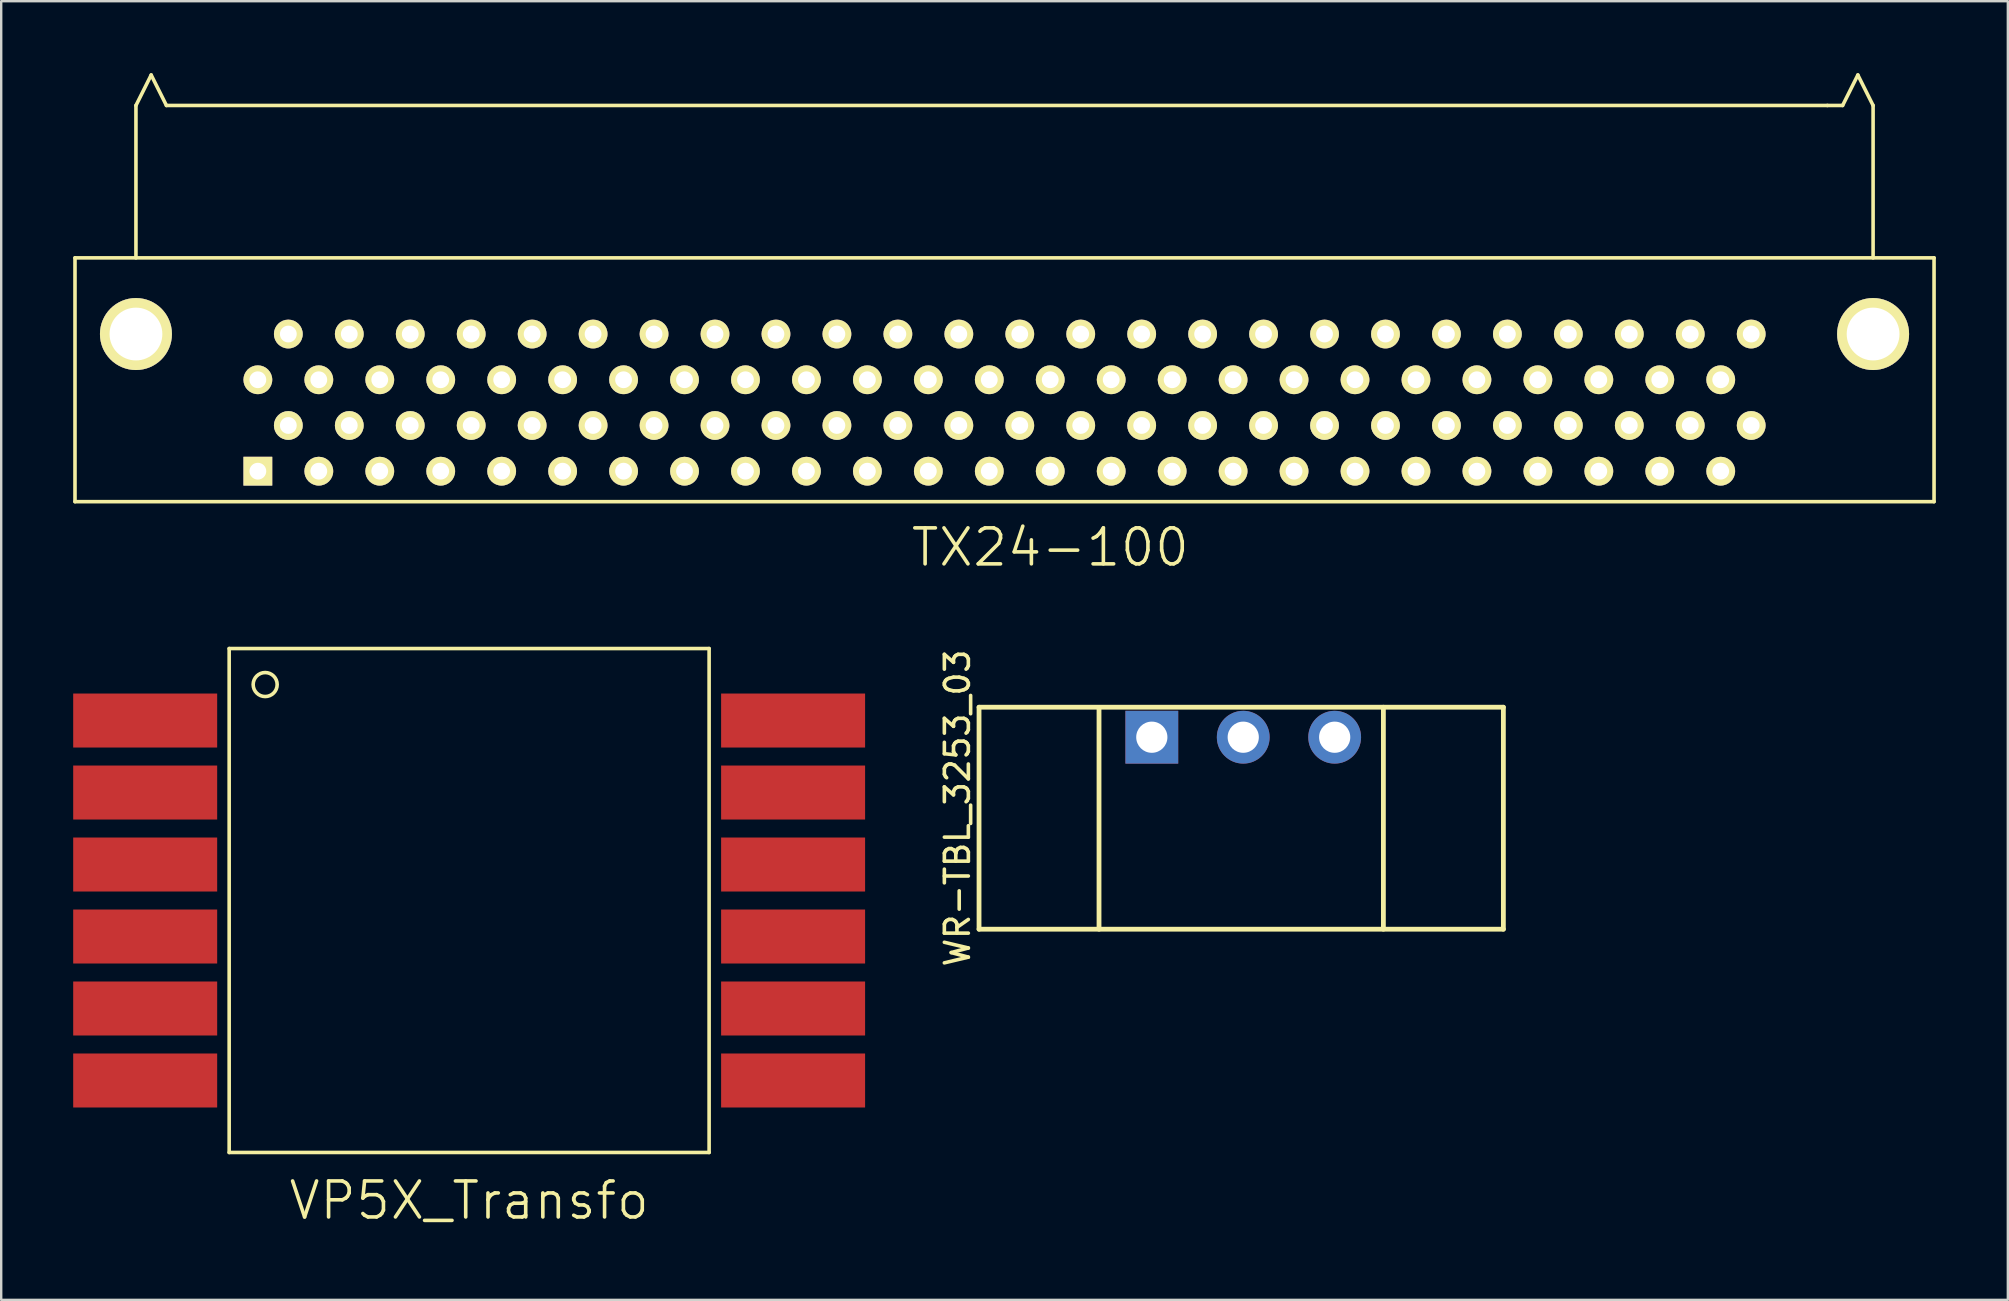
<source format=kicad_pcb>
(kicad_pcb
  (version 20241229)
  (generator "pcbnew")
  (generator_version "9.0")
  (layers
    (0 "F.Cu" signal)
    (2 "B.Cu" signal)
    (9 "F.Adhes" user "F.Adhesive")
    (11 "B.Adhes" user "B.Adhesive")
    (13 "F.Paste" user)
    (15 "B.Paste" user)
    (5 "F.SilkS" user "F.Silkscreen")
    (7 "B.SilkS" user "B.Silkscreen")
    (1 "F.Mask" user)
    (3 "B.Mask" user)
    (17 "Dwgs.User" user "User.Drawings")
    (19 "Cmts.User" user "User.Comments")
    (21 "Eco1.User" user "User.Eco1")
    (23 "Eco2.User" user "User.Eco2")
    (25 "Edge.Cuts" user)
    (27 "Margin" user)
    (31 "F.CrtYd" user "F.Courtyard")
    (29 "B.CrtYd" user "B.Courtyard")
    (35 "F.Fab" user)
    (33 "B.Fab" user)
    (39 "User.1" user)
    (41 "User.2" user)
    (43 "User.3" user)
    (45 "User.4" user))
  (footprint "TX24-100"
    (layer "F.Cu")
    (at 38.175 13.41)
    (property "Reference" "TX24-100" (at 2.54 6.35 0) (layer "F.SilkS") (effects (font (size 1.5 1.5) (thickness 0.15))))
    (attr through_hole)
    (fp_line (start -38.1 -5.715) (end -38.1 4.445) (stroke (width 0.15) (type solid)) (layer "F.SilkS"))
    (fp_line (start -38.1 4.445) (end 39.37 4.445) (stroke (width 0.15) (type solid)) (layer "F.SilkS"))
    (fp_line (start -35.56 -12.065) (end -35.56 -5.715) (stroke (width 0.15) (type solid)) (layer "F.SilkS"))
    (fp_line (start -35.56 -12.065) (end -34.925 -13.335) (stroke (width 0.15) (type solid)) (layer "F.SilkS"))
    (fp_line (start -34.925 -13.335) (end -34.29 -12.065) (stroke (width 0.15) (type solid)) (layer "F.SilkS"))
    (fp_line (start -34.29 -12.065) (end 34.925 -12.065) (stroke (width 0.15) (type solid)) (layer "F.SilkS"))
    (fp_line (start 35.56 -12.065) (end 34.925 -12.065) (stroke (width 0.15) (type solid)) (layer "F.SilkS"))
    (fp_line (start 35.56 -12.065) (end 36.195 -13.335) (stroke (width 0.15) (type solid)) (layer "F.SilkS"))
    (fp_line (start 36.195 -13.335) (end 36.83 -12.065) (stroke (width 0.15) (type solid)) (layer "F.SilkS"))
    (fp_line (start 36.83 -12.065) (end 36.83 -5.715) (stroke (width 0.15) (type solid)) (layer "F.SilkS"))
    (fp_line (start 39.37 -5.715) (end -38.1 -5.715) (stroke (width 0.15) (type solid)) (layer "F.SilkS"))
    (fp_line (start 39.37 -5.715) (end 39.37 4.445) (stroke (width 0.15) (type solid)) (layer "F.SilkS"))
    (pad "0" thru_hole circle (at -35.56 -2.54) (size 3 3) (drill 2.2) (layers "*.Cu" "*.Mask" "F.SilkS"))
    (pad "0" thru_hole circle (at 36.83 -2.54) (size 3 3) (drill 2.2) (layers "*.Cu" "*.Mask" "F.SilkS"))
    (pad "1" thru_hole rect (at -30.48 3.175) (size 1.2 1.2) (drill 0.7) (layers "*.Cu" "*.Mask" "F.SilkS"))
    (pad "2" thru_hole circle (at -29.21 1.27) (size 1.2 1.2) (drill 0.7) (layers "*.Cu" "*.Mask" "F.SilkS"))
    (pad "3" thru_hole circle (at -27.94 3.175) (size 1.2 1.2) (drill 0.7) (layers "*.Cu" "*.Mask" "F.SilkS"))
    (pad "4" thru_hole circle (at -26.67 1.27) (size 1.2 1.2) (drill 0.7) (layers "*.Cu" "*.Mask" "F.SilkS"))
    (pad "5" thru_hole circle (at -25.4 3.175) (size 1.2 1.2) (drill 0.7) (layers "*.Cu" "*.Mask" "F.SilkS"))
    (pad "6" thru_hole circle (at -24.13 1.27) (size 1.2 1.2) (drill 0.7) (layers "*.Cu" "*.Mask" "F.SilkS"))
    (pad "7" thru_hole circle (at -22.86 3.175) (size 1.2 1.2) (drill 0.7) (layers "*.Cu" "*.Mask" "F.SilkS"))
    (pad "8" thru_hole circle (at -21.59 1.27) (size 1.2 1.2) (drill 0.7) (layers "*.Cu" "*.Mask" "F.SilkS"))
    (pad "9" thru_hole circle (at -20.32 3.175) (size 1.2 1.2) (drill 0.7) (layers "*.Cu" "*.Mask" "F.SilkS"))
    (pad "10" thru_hole circle (at -19.05 1.27) (size 1.2 1.2) (drill 0.7) (layers "*.Cu" "*.Mask" "F.SilkS"))
    (pad "11" thru_hole circle (at -17.78 3.175) (size 1.2 1.2) (drill 0.7) (layers "*.Cu" "*.Mask" "F.SilkS"))
    (pad "12" thru_hole circle (at -16.51 1.27) (size 1.2 1.2) (drill 0.7) (layers "*.Cu" "*.Mask" "F.SilkS"))
    (pad "13" thru_hole circle (at -15.24 3.175) (size 1.2 1.2) (drill 0.7) (layers "*.Cu" "*.Mask" "F.SilkS"))
    (pad "14" thru_hole circle (at -13.97 1.27) (size 1.2 1.2) (drill 0.7) (layers "*.Cu" "*.Mask" "F.SilkS"))
    (pad "15" thru_hole circle (at -12.7 3.175) (size 1.2 1.2) (drill 0.7) (layers "*.Cu" "*.Mask" "F.SilkS"))
    (pad "16" thru_hole circle (at -11.43 1.27) (size 1.2 1.2) (drill 0.7) (layers "*.Cu" "*.Mask" "F.SilkS"))
    (pad "17" thru_hole circle (at -10.16 3.175) (size 1.2 1.2) (drill 0.7) (layers "*.Cu" "*.Mask" "F.SilkS"))
    (pad "18" thru_hole circle (at -8.89 1.27) (size 1.2 1.2) (drill 0.7) (layers "*.Cu" "*.Mask" "F.SilkS"))
    (pad "19" thru_hole circle (at -7.62 3.175) (size 1.2 1.2) (drill 0.7) (layers "*.Cu" "*.Mask" "F.SilkS"))
    (pad "20" thru_hole circle (at -6.35 1.27) (size 1.2 1.2) (drill 0.7) (layers "*.Cu" "*.Mask" "F.SilkS"))
    (pad "21" thru_hole circle (at -5.08 3.175) (size 1.2 1.2) (drill 0.7) (layers "*.Cu" "*.Mask" "F.SilkS"))
    (pad "22" thru_hole circle (at -3.81 1.27) (size 1.2 1.2) (drill 0.7) (layers "*.Cu" "*.Mask" "F.SilkS"))
    (pad "23" thru_hole circle (at -2.54 3.175) (size 1.2 1.2) (drill 0.7) (layers "*.Cu" "*.Mask" "F.SilkS"))
    (pad "24" thru_hole circle (at -1.27 1.27) (size 1.2 1.2) (drill 0.7) (layers "*.Cu" "*.Mask" "F.SilkS"))
    (pad "25" thru_hole circle (at 0 3.175) (size 1.2 1.2) (drill 0.7) (layers "*.Cu" "*.Mask" "F.SilkS"))
    (pad "26" thru_hole circle (at 1.27 1.27) (size 1.2 1.2) (drill 0.7) (layers "*.Cu" "*.Mask" "F.SilkS"))
    (pad "27" thru_hole circle (at 2.54 3.175) (size 1.2 1.2) (drill 0.7) (layers "*.Cu" "*.Mask" "F.SilkS"))
    (pad "28" thru_hole circle (at 3.81 1.27) (size 1.2 1.2) (drill 0.7) (layers "*.Cu" "*.Mask" "F.SilkS"))
    (pad "29" thru_hole circle (at 5.08 3.175) (size 1.2 1.2) (drill 0.7) (layers "*.Cu" "*.Mask" "F.SilkS"))
    (pad "30" thru_hole circle (at 6.35 1.27) (size 1.2 1.2) (drill 0.7) (layers "*.Cu" "*.Mask" "F.SilkS"))
    (pad "31" thru_hole circle (at 7.62 3.175) (size 1.2 1.2) (drill 0.7) (layers "*.Cu" "*.Mask" "F.SilkS"))
    (pad "32" thru_hole circle (at 8.89 1.27) (size 1.2 1.2) (drill 0.7) (layers "*.Cu" "*.Mask" "F.SilkS"))
    (pad "33" thru_hole circle (at 10.16 3.175) (size 1.2 1.2) (drill 0.7) (layers "*.Cu" "*.Mask" "F.SilkS"))
    (pad "34" thru_hole circle (at 11.43 1.27) (size 1.2 1.2) (drill 0.7) (layers "*.Cu" "*.Mask" "F.SilkS"))
    (pad "35" thru_hole circle (at 12.7 3.175) (size 1.2 1.2) (drill 0.7) (layers "*.Cu" "*.Mask" "F.SilkS"))
    (pad "36" thru_hole circle (at 13.97 1.27) (size 1.2 1.2) (drill 0.7) (layers "*.Cu" "*.Mask" "F.SilkS"))
    (pad "37" thru_hole circle (at 15.24 3.175) (size 1.2 1.2) (drill 0.7) (layers "*.Cu" "*.Mask" "F.SilkS"))
    (pad "38" thru_hole circle (at 16.51 1.27) (size 1.2 1.2) (drill 0.7) (layers "*.Cu" "*.Mask" "F.SilkS"))
    (pad "39" thru_hole circle (at 17.78 3.175) (size 1.2 1.2) (drill 0.7) (layers "*.Cu" "*.Mask" "F.SilkS"))
    (pad "40" thru_hole circle (at 19.05 1.27) (size 1.2 1.2) (drill 0.7) (layers "*.Cu" "*.Mask" "F.SilkS"))
    (pad "41" thru_hole circle (at 20.32 3.175) (size 1.2 1.2) (drill 0.7) (layers "*.Cu" "*.Mask" "F.SilkS"))
    (pad "42" thru_hole circle (at 21.59 1.27) (size 1.2 1.2) (drill 0.7) (layers "*.Cu" "*.Mask" "F.SilkS"))
    (pad "43" thru_hole circle (at 22.86 3.175) (size 1.2 1.2) (drill 0.7) (layers "*.Cu" "*.Mask" "F.SilkS"))
    (pad "44" thru_hole circle (at 24.13 1.27) (size 1.2 1.2) (drill 0.7) (layers "*.Cu" "*.Mask" "F.SilkS"))
    (pad "45" thru_hole circle (at 25.4 3.175) (size 1.2 1.2) (drill 0.7) (layers "*.Cu" "*.Mask" "F.SilkS"))
    (pad "46" thru_hole circle (at 26.67 1.27) (size 1.2 1.2) (drill 0.7) (layers "*.Cu" "*.Mask" "F.SilkS"))
    (pad "47" thru_hole circle (at 27.94 3.175) (size 1.2 1.2) (drill 0.7) (layers "*.Cu" "*.Mask" "F.SilkS"))
    (pad "48" thru_hole circle (at 29.21 1.27) (size 1.2 1.2) (drill 0.7) (layers "*.Cu" "*.Mask" "F.SilkS"))
    (pad "49" thru_hole circle (at 30.48 3.175) (size 1.2 1.2) (drill 0.7) (layers "*.Cu" "*.Mask" "F.SilkS"))
    (pad "50" thru_hole circle (at 31.75 1.27) (size 1.2 1.2) (drill 0.7) (layers "*.Cu" "*.Mask" "F.SilkS"))
    (pad "51" thru_hole circle (at -30.48 -0.635) (size 1.2 1.2) (drill 0.7) (layers "*.Cu" "*.Mask" "F.SilkS"))
    (pad "52" thru_hole circle (at -29.21 -2.54) (size 1.2 1.2) (drill 0.7) (layers "*.Cu" "*.Mask" "F.SilkS"))
    (pad "53" thru_hole circle (at -27.94 -0.635) (size 1.2 1.2) (drill 0.7) (layers "*.Cu" "*.Mask" "F.SilkS"))
    (pad "54" thru_hole circle (at -26.67 -2.54) (size 1.2 1.2) (drill 0.7) (layers "*.Cu" "*.Mask" "F.SilkS"))
    (pad "55" thru_hole circle (at -25.4 -0.635) (size 1.2 1.2) (drill 0.7) (layers "*.Cu" "*.Mask" "F.SilkS"))
    (pad "56" thru_hole circle (at -24.13 -2.54) (size 1.2 1.2) (drill 0.7) (layers "*.Cu" "*.Mask" "F.SilkS"))
    (pad "57" thru_hole circle (at -22.86 -0.635) (size 1.2 1.2) (drill 0.7) (layers "*.Cu" "*.Mask" "F.SilkS"))
    (pad "58" thru_hole circle (at -21.59 -2.54) (size 1.2 1.2) (drill 0.7) (layers "*.Cu" "*.Mask" "F.SilkS"))
    (pad "59" thru_hole circle (at -20.32 -0.635) (size 1.2 1.2) (drill 0.7) (layers "*.Cu" "*.Mask" "F.SilkS"))
    (pad "60" thru_hole circle (at -19.05 -2.54) (size 1.2 1.2) (drill 0.7) (layers "*.Cu" "*.Mask" "F.SilkS"))
    (pad "61" thru_hole circle (at -17.78 -0.635) (size 1.2 1.2) (drill 0.7) (layers "*.Cu" "*.Mask" "F.SilkS"))
    (pad "62" thru_hole circle (at -16.51 -2.54) (size 1.2 1.2) (drill 0.7) (layers "*.Cu" "*.Mask" "F.SilkS"))
    (pad "63" thru_hole circle (at -15.24 -0.635) (size 1.2 1.2) (drill 0.7) (layers "*.Cu" "*.Mask" "F.SilkS"))
    (pad "64" thru_hole circle (at -13.97 -2.54) (size 1.2 1.2) (drill 0.7) (layers "*.Cu" "*.Mask" "F.SilkS"))
    (pad "65" thru_hole circle (at -12.7 -0.635) (size 1.2 1.2) (drill 0.7) (layers "*.Cu" "*.Mask" "F.SilkS"))
    (pad "66" thru_hole circle (at -11.43 -2.54) (size 1.2 1.2) (drill 0.7) (layers "*.Cu" "*.Mask" "F.SilkS"))
    (pad "67" thru_hole circle (at -10.16 -0.635) (size 1.2 1.2) (drill 0.7) (layers "*.Cu" "*.Mask" "F.SilkS"))
    (pad "68" thru_hole circle (at -8.89 -2.54) (size 1.2 1.2) (drill 0.7) (layers "*.Cu" "*.Mask" "F.SilkS"))
    (pad "69" thru_hole circle (at -7.62 -0.635) (size 1.2 1.2) (drill 0.7) (layers "*.Cu" "*.Mask" "F.SilkS"))
    (pad "70" thru_hole circle (at -6.35 -2.54) (size 1.2 1.2) (drill 0.7) (layers "*.Cu" "*.Mask" "F.SilkS"))
    (pad "71" thru_hole circle (at -5.08 -0.635) (size 1.2 1.2) (drill 0.7) (layers "*.Cu" "*.Mask" "F.SilkS"))
    (pad "72" thru_hole circle (at -3.81 -2.54) (size 1.2 1.2) (drill 0.7) (layers "*.Cu" "*.Mask" "F.SilkS"))
    (pad "73" thru_hole circle (at -2.54 -0.635) (size 1.2 1.2) (drill 0.7) (layers "*.Cu" "*.Mask" "F.SilkS"))
    (pad "74" thru_hole circle (at -1.27 -2.54) (size 1.2 1.2) (drill 0.7) (layers "*.Cu" "*.Mask" "F.SilkS"))
    (pad "75" thru_hole circle (at 0 -0.635) (size 1.2 1.2) (drill 0.7) (layers "*.Cu" "*.Mask" "F.SilkS"))
    (pad "76" thru_hole circle (at 1.27 -2.54) (size 1.2 1.2) (drill 0.7) (layers "*.Cu" "*.Mask" "F.SilkS"))
    (pad "77" thru_hole circle (at 2.54 -0.635) (size 1.2 1.2) (drill 0.7) (layers "*.Cu" "*.Mask" "F.SilkS"))
    (pad "78" thru_hole circle (at 3.81 -2.54) (size 1.2 1.2) (drill 0.7) (layers "*.Cu" "*.Mask" "F.SilkS"))
    (pad "79" thru_hole circle (at 5.08 -0.635) (size 1.2 1.2) (drill 0.7) (layers "*.Cu" "*.Mask" "F.SilkS"))
    (pad "80" thru_hole circle (at 6.35 -2.54) (size 1.2 1.2) (drill 0.7) (layers "*.Cu" "*.Mask" "F.SilkS"))
    (pad "81" thru_hole circle (at 7.62 -0.635) (size 1.2 1.2) (drill 0.7) (layers "*.Cu" "*.Mask" "F.SilkS"))
    (pad "82" thru_hole circle (at 8.89 -2.54) (size 1.2 1.2) (drill 0.7) (layers "*.Cu" "*.Mask" "F.SilkS"))
    (pad "83" thru_hole circle (at 10.16 -0.635) (size 1.2 1.2) (drill 0.7) (layers "*.Cu" "*.Mask" "F.SilkS"))
    (pad "84" thru_hole circle (at 11.43 -2.54) (size 1.2 1.2) (drill 0.7) (layers "*.Cu" "*.Mask" "F.SilkS"))
    (pad "85" thru_hole circle (at 12.7 -0.635) (size 1.2 1.2) (drill 0.7) (layers "*.Cu" "*.Mask" "F.SilkS"))
    (pad "86" thru_hole circle (at 13.97 -2.54) (size 1.2 1.2) (drill 0.7) (layers "*.Cu" "*.Mask" "F.SilkS"))
    (pad "87" thru_hole circle (at 15.24 -0.635) (size 1.2 1.2) (drill 0.7) (layers "*.Cu" "*.Mask" "F.SilkS"))
    (pad "88" thru_hole circle (at 16.51 -2.54) (size 1.2 1.2) (drill 0.7) (layers "*.Cu" "*.Mask" "F.SilkS"))
    (pad "89" thru_hole circle (at 17.78 -0.635) (size 1.2 1.2) (drill 0.7) (layers "*.Cu" "*.Mask" "F.SilkS"))
    (pad "90" thru_hole circle (at 19.05 -2.54) (size 1.2 1.2) (drill 0.7) (layers "*.Cu" "*.Mask" "F.SilkS"))
    (pad "91" thru_hole circle (at 20.32 -0.635) (size 1.2 1.2) (drill 0.7) (layers "*.Cu" "*.Mask" "F.SilkS"))
    (pad "92" thru_hole circle (at 21.59 -2.54) (size 1.2 1.2) (drill 0.7) (layers "*.Cu" "*.Mask" "F.SilkS"))
    (pad "93" thru_hole circle (at 22.86 -0.635) (size 1.2 1.2) (drill 0.7) (layers "*.Cu" "*.Mask" "F.SilkS"))
    (pad "94" thru_hole circle (at 24.13 -2.54) (size 1.2 1.2) (drill 0.7) (layers "*.Cu" "*.Mask" "F.SilkS"))
    (pad "95" thru_hole circle (at 25.4 -0.635) (size 1.2 1.2) (drill 0.7) (layers "*.Cu" "*.Mask" "F.SilkS"))
    (pad "96" thru_hole circle (at 26.67 -2.54) (size 1.2 1.2) (drill 0.7) (layers "*.Cu" "*.Mask" "F.SilkS"))
    (pad "97" thru_hole circle (at 27.94 -0.635) (size 1.2 1.2) (drill 0.7) (layers "*.Cu" "*.Mask" "F.SilkS"))
    (pad "98" thru_hole circle (at 29.21 -2.54) (size 1.2 1.2) (drill 0.7) (layers "*.Cu" "*.Mask" "F.SilkS"))
    (pad "99" thru_hole circle (at 30.48 -0.635) (size 1.2 1.2) (drill 0.7) (layers "*.Cu" "*.Mask" "F.SilkS"))
    (pad "100" thru_hole circle (at 31.75 -2.54) (size 1.2 1.2) (drill 0.7) (layers "*.Cu" "*.Mask" "F.SilkS")))
  (footprint "WR-TBL_3253_03"
    (layer "F.Cu")
    (at 48.748 27.671)
    (property "Reference" "WR-TBL_3253_03" (at -11.9 2.95 90) (layer "F.SilkS") (effects (font (size 1 1) (thickness 0.15))))
    (attr through_hole)
    (fp_line (start -11 -1.25) (end 10.85 -1.25) (stroke (width 0.2) (type solid)) (layer "F.SilkS"))
    (fp_line (start -11 8) (end -11 -1.25) (stroke (width 0.2) (type solid)) (layer "F.SilkS"))
    (fp_line (start -6 -1.2) (end -6 8) (stroke (width 0.2) (type solid)) (layer "F.SilkS"))
    (fp_line (start 5.85 -1.25) (end 5.85 8) (stroke (width 0.2) (type solid)) (layer "F.SilkS"))
    (fp_line (start 10.85 -1.25) (end 10.85 8) (stroke (width 0.2) (type solid)) (layer "F.SilkS"))
    (fp_line (start 10.85 8) (end -11 8) (stroke (width 0.2) (type solid)) (layer "F.SilkS"))
    (pad "1" thru_hole rect (at -3.8 0) (size 2.2 2.2) (drill 1.3) (layers "*.Cu" "*.Mask"))
    (pad "2" thru_hole circle (at 0.01 0) (size 2.2 2.2) (drill 1.3) (layers "*.Cu" "*.Mask"))
    (pad "3" thru_hole circle (at 3.82 0) (size 2.2 2.2) (drill 1.3) (layers "*.Cu" "*.Mask")))
  (footprint "VP5X_Transfo"
    (layer "F.Cu")
    (at 16.5 34.476)
    (property "Reference" "VP5X_Transfo" (at 0 12.5 0) (layer "F.SilkS") (effects (font (size 1.5 1.5) (thickness 0.15))))
    (attr through_hole)
    (fp_line (start -10 -10.5) (end 10 -10.5) (stroke (width 0.15) (type solid)) (layer "F.SilkS"))
    (fp_line (start -10 10.5) (end -10 -10.5) (stroke (width 0.15) (type solid)) (layer "F.SilkS"))
    (fp_line (start 10 -10.5) (end 10 10.5) (stroke (width 0.15) (type solid)) (layer "F.SilkS"))
    (fp_line (start 10 10.5) (end -10 10.5) (stroke (width 0.15) (type solid)) (layer "F.SilkS"))
    (fp_circle (center -8.5 -9) (end -8 -9) (stroke (width 0.15) (type solid)) (fill no) (layer "F.SilkS"))
    (pad "1" smd rect (at -13.5 -7.5) (size 6 2.25) (layers "F.Cu" "F.Mask" "F.Paste"))
    (pad "2" smd rect (at -13.5 -4.5) (size 6 2.25) (layers "F.Cu" "F.Mask" "F.Paste"))
    (pad "3" smd rect (at -13.5 -1.5) (size 6 2.25) (layers "F.Cu" "F.Mask" "F.Paste"))
    (pad "4" smd rect (at -13.5 1.5) (size 6 2.25) (layers "F.Cu" "F.Mask" "F.Paste"))
    (pad "5" smd rect (at -13.5 4.5) (size 6 2.25) (layers "F.Cu" "F.Mask" "F.Paste"))
    (pad "6" smd rect (at -13.5 7.5) (size 6 2.25) (layers "F.Cu" "F.Mask" "F.Paste"))
    (pad "7" smd rect (at 13.5 7.5) (size 6 2.25) (layers "F.Cu" "F.Mask" "F.Paste"))
    (pad "8" smd rect (at 13.5 4.5) (size 6 2.25) (layers "F.Cu" "F.Mask" "F.Paste"))
    (pad "9" smd rect (at 13.5 1.5) (size 6 2.25) (layers "F.Cu" "F.Mask" "F.Paste"))
    (pad "10" smd rect (at 13.5 -1.5) (size 6 2.25) (layers "F.Cu" "F.Mask" "F.Paste"))
    (pad "11" smd rect (at 13.5 -4.5) (size 6 2.25) (layers "F.Cu" "F.Mask" "F.Paste"))
    (pad "12" smd rect (at 13.5 -7.5) (size 6 2.25) (layers "F.Cu" "F.Mask" "F.Paste")))
  (gr_rect
    (start -3 -3)
    (end 80.62 51.117)
    (stroke (width 0.1) (type default))
    (fill no)
    (layer "Edge.Cuts")))
</source>
